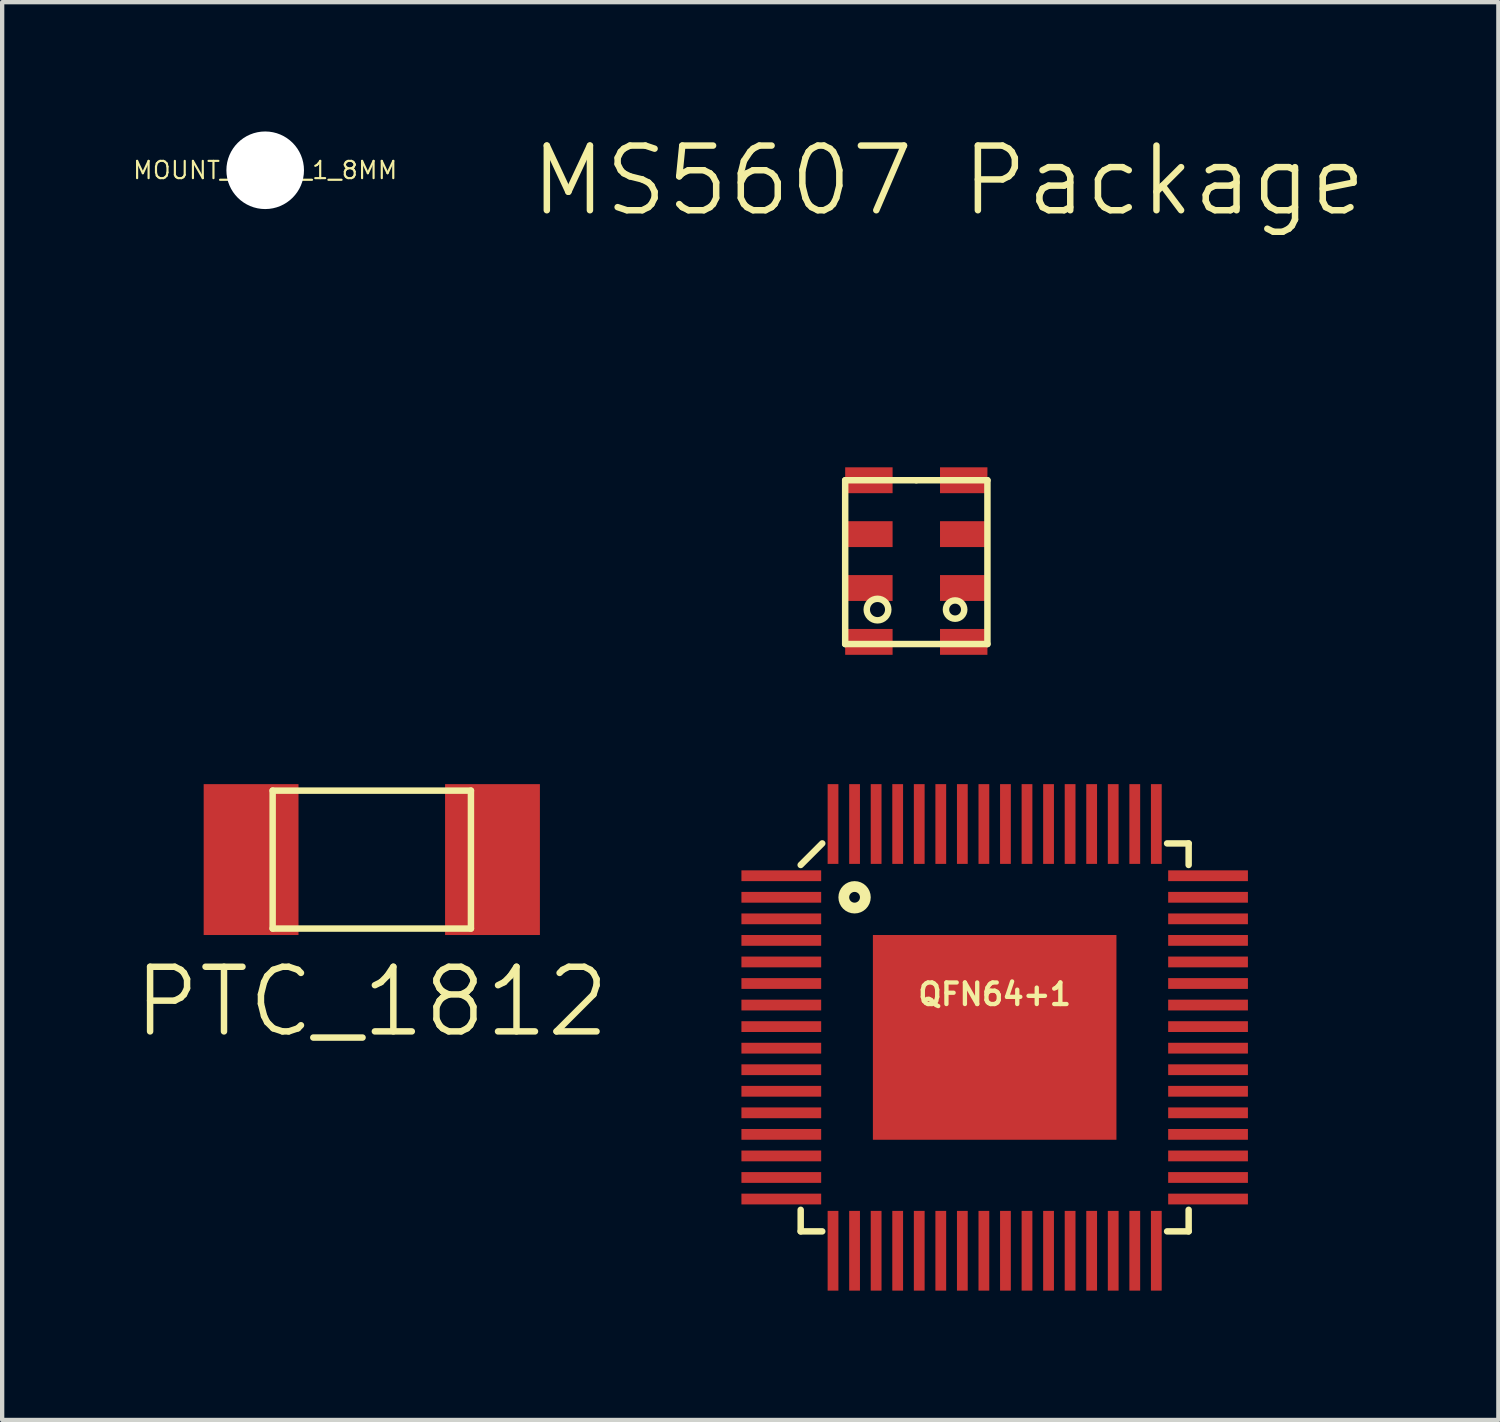
<source format=kicad_pcb>
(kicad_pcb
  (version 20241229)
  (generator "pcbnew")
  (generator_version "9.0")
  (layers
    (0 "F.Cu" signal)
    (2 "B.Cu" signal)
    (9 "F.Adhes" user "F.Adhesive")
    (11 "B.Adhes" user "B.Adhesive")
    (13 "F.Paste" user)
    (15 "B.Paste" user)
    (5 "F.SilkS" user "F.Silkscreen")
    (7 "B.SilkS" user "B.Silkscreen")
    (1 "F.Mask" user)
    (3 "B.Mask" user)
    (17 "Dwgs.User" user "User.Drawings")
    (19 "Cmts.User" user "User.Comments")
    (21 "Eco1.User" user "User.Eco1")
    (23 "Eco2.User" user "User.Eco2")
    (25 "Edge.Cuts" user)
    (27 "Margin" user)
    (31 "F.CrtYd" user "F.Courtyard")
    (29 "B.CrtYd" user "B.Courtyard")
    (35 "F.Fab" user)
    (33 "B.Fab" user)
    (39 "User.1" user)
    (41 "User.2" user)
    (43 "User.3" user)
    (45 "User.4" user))
  (footprint "QFN64+1"
    (layer "F.Cu")
    (at 20.025 21.016)
    (property "Reference" "QFN64+1" (at 0 -1 0) (layer "F.SilkS") (effects (font (size 0.5 0.5) (thickness 0.1))))
    (attr smd)
    (fp_line (start -4.5 -4) (end -4 -4.5) (stroke (width 0.15) (type solid)) (layer "F.SilkS"))
    (fp_line (start -4.5 4) (end -4.5 4.5) (stroke (width 0.15) (type solid)) (layer "F.SilkS"))
    (fp_line (start -4.5 4.5) (end -4 4.5) (stroke (width 0.15) (type solid)) (layer "F.SilkS"))
    (fp_line (start 4 -4.5) (end 4.5 -4.5) (stroke (width 0.15) (type solid)) (layer "F.SilkS"))
    (fp_line (start 4 4.5) (end 4.5 4.5) (stroke (width 0.15) (type solid)) (layer "F.SilkS"))
    (fp_line (start 4.5 -4.5) (end 4.5 -4) (stroke (width 0.15) (type solid)) (layer "F.SilkS"))
    (fp_line (start 4.5 4.5) (end 4.5 4) (stroke (width 0.15) (type solid)) (layer "F.SilkS"))
    (fp_circle (center -3.25 -3.25) (end -3.25 -3) (stroke (width 0.25) (type solid)) (fill no) (layer "F.SilkS"))
    (pad "1" smd rect (at -4.95 -3.75 90) (size 0.25 1.85) (layers "F.Cu" "F.Mask" "F.Paste"))
    (pad "2" smd rect (at -4.95 -3.25 90) (size 0.25 1.85) (layers "F.Cu" "F.Mask" "F.Paste"))
    (pad "3" smd rect (at -4.95 -2.75 90) (size 0.25 1.85) (layers "F.Cu" "F.Mask" "F.Paste"))
    (pad "4" smd rect (at -4.95 -2.25 90) (size 0.25 1.85) (layers "F.Cu" "F.Mask" "F.Paste"))
    (pad "5" smd rect (at -4.95 -1.75 90) (size 0.25 1.85) (layers "F.Cu" "F.Mask" "F.Paste"))
    (pad "6" smd rect (at -4.95 -1.25 90) (size 0.25 1.85) (layers "F.Cu" "F.Mask" "F.Paste"))
    (pad "7" smd rect (at -4.95 -0.75 90) (size 0.25 1.85) (layers "F.Cu" "F.Mask" "F.Paste"))
    (pad "8" smd rect (at -4.95 -0.25 90) (size 0.25 1.85) (layers "F.Cu" "F.Mask" "F.Paste"))
    (pad "9" smd rect (at -4.95 0.25 90) (size 0.25 1.85) (layers "F.Cu" "F.Mask" "F.Paste"))
    (pad "10" smd rect (at -4.95 0.75 90) (size 0.25 1.85) (layers "F.Cu" "F.Mask" "F.Paste"))
    (pad "11" smd rect (at -4.95 1.25 90) (size 0.25 1.85) (layers "F.Cu" "F.Mask" "F.Paste"))
    (pad "12" smd rect (at -4.95 1.75 90) (size 0.25 1.85) (layers "F.Cu" "F.Mask" "F.Paste"))
    (pad "13" smd rect (at -4.95 2.25 90) (size 0.25 1.85) (layers "F.Cu" "F.Mask" "F.Paste"))
    (pad "14" smd rect (at -4.95 2.75 90) (size 0.25 1.85) (layers "F.Cu" "F.Mask" "F.Paste"))
    (pad "15" smd rect (at -4.95 3.25 90) (size 0.25 1.85) (layers "F.Cu" "F.Mask" "F.Paste"))
    (pad "16" smd rect (at -4.95 3.75 90) (size 0.25 1.85) (layers "F.Cu" "F.Mask" "F.Paste"))
    (pad "17" smd rect (at -3.75 4.95) (size 0.25 1.85) (layers "F.Cu" "F.Mask" "F.Paste"))
    (pad "18" smd rect (at -3.25 4.95) (size 0.25 1.85) (layers "F.Cu" "F.Mask" "F.Paste"))
    (pad "19" smd rect (at -2.75 4.95) (size 0.25 1.85) (layers "F.Cu" "F.Mask" "F.Paste"))
    (pad "20" smd rect (at -2.25 4.95) (size 0.25 1.85) (layers "F.Cu" "F.Mask" "F.Paste"))
    (pad "21" smd rect (at -1.75 4.95) (size 0.25 1.85) (layers "F.Cu" "F.Mask" "F.Paste"))
    (pad "22" smd rect (at -1.25 4.95) (size 0.25 1.85) (layers "F.Cu" "F.Mask" "F.Paste"))
    (pad "23" smd rect (at -0.75 4.95) (size 0.25 1.85) (layers "F.Cu" "F.Mask" "F.Paste"))
    (pad "24" smd rect (at -0.25 4.95) (size 0.25 1.85) (layers "F.Cu" "F.Mask" "F.Paste"))
    (pad "25" smd rect (at 0.25 4.95) (size 0.25 1.85) (layers "F.Cu" "F.Mask" "F.Paste"))
    (pad "26" smd rect (at 0.75 4.95) (size 0.25 1.85) (layers "F.Cu" "F.Mask" "F.Paste"))
    (pad "27" smd rect (at 1.25 4.95) (size 0.25 1.85) (layers "F.Cu" "F.Mask" "F.Paste"))
    (pad "28" smd rect (at 1.75 4.95) (size 0.25 1.85) (layers "F.Cu" "F.Mask" "F.Paste"))
    (pad "29" smd rect (at 2.25 4.95) (size 0.25 1.85) (layers "F.Cu" "F.Mask" "F.Paste"))
    (pad "30" smd rect (at 2.75 4.95) (size 0.25 1.85) (layers "F.Cu" "F.Mask" "F.Paste"))
    (pad "31" smd rect (at 3.25 4.95) (size 0.25 1.85) (layers "F.Cu" "F.Mask" "F.Paste"))
    (pad "32" smd rect (at 3.75 4.95) (size 0.25 1.85) (layers "F.Cu" "F.Mask" "F.Paste"))
    (pad "33" smd rect (at 4.95 3.75 90) (size 0.25 1.85) (layers "F.Cu" "F.Mask" "F.Paste"))
    (pad "34" smd rect (at 4.95 3.25 90) (size 0.25 1.85) (layers "F.Cu" "F.Mask" "F.Paste"))
    (pad "35" smd rect (at 4.95 2.75 90) (size 0.25 1.85) (layers "F.Cu" "F.Mask" "F.Paste"))
    (pad "36" smd rect (at 4.95 2.25 90) (size 0.25 1.85) (layers "F.Cu" "F.Mask" "F.Paste"))
    (pad "37" smd rect (at 4.95 1.75 90) (size 0.25 1.85) (layers "F.Cu" "F.Mask" "F.Paste"))
    (pad "38" smd rect (at 4.95 1.25 90) (size 0.25 1.85) (layers "F.Cu" "F.Mask" "F.Paste"))
    (pad "39" smd rect (at 4.95 0.75 90) (size 0.25 1.85) (layers "F.Cu" "F.Mask" "F.Paste"))
    (pad "40" smd rect (at 4.95 0.25 90) (size 0.25 1.85) (layers "F.Cu" "F.Mask" "F.Paste"))
    (pad "41" smd rect (at 4.95 -0.25 90) (size 0.25 1.85) (layers "F.Cu" "F.Mask" "F.Paste"))
    (pad "42" smd rect (at 4.95 -0.75 90) (size 0.25 1.85) (layers "F.Cu" "F.Mask" "F.Paste"))
    (pad "43" smd rect (at 4.95 -1.25 90) (size 0.25 1.85) (layers "F.Cu" "F.Mask" "F.Paste"))
    (pad "44" smd rect (at 4.95 -1.75 90) (size 0.25 1.85) (layers "F.Cu" "F.Mask" "F.Paste"))
    (pad "45" smd rect (at 4.95 -2.25 90) (size 0.25 1.85) (layers "F.Cu" "F.Mask" "F.Paste"))
    (pad "46" smd rect (at 4.95 -2.75 90) (size 0.25 1.85) (layers "F.Cu" "F.Mask" "F.Paste"))
    (pad "47" smd rect (at 4.95 -3.25 90) (size 0.25 1.85) (layers "F.Cu" "F.Mask" "F.Paste"))
    (pad "48" smd rect (at 4.95 -3.75 90) (size 0.25 1.85) (layers "F.Cu" "F.Mask" "F.Paste"))
    (pad "49" smd rect (at 3.75 -4.95) (size 0.25 1.85) (layers "F.Cu" "F.Mask" "F.Paste"))
    (pad "50" smd rect (at 3.25 -4.95) (size 0.25 1.85) (layers "F.Cu" "F.Mask" "F.Paste"))
    (pad "51" smd rect (at 2.75 -4.95) (size 0.25 1.85) (layers "F.Cu" "F.Mask" "F.Paste"))
    (pad "52" smd rect (at 2.25 -4.95) (size 0.25 1.85) (layers "F.Cu" "F.Mask" "F.Paste"))
    (pad "53" smd rect (at 1.75 -4.95) (size 0.25 1.85) (layers "F.Cu" "F.Mask" "F.Paste"))
    (pad "54" smd rect (at 1.25 -4.95) (size 0.25 1.85) (layers "F.Cu" "F.Mask" "F.Paste"))
    (pad "55" smd rect (at 0.75 -4.95) (size 0.25 1.85) (layers "F.Cu" "F.Mask" "F.Paste"))
    (pad "56" smd rect (at 0.25 -4.95) (size 0.25 1.85) (layers "F.Cu" "F.Mask" "F.Paste"))
    (pad "57" smd rect (at -0.25 -4.95) (size 0.25 1.85) (layers "F.Cu" "F.Mask" "F.Paste"))
    (pad "58" smd rect (at -0.75 -4.95) (size 0.25 1.85) (layers "F.Cu" "F.Mask" "F.Paste"))
    (pad "59" smd rect (at -1.25 -4.95) (size 0.25 1.85) (layers "F.Cu" "F.Mask" "F.Paste"))
    (pad "60" smd rect (at -1.75 -4.95) (size 0.25 1.85) (layers "F.Cu" "F.Mask" "F.Paste"))
    (pad "61" smd rect (at -2.25 -4.95) (size 0.25 1.85) (layers "F.Cu" "F.Mask" "F.Paste"))
    (pad "62" smd rect (at -2.75 -4.95) (size 0.25 1.85) (layers "F.Cu" "F.Mask" "F.Paste"))
    (pad "63" smd rect (at -3.25 -4.95) (size 0.25 1.85) (layers "F.Cu" "F.Mask" "F.Paste"))
    (pad "64" smd rect (at -3.75 -4.95) (size 0.25 1.85) (layers "F.Cu" "F.Mask" "F.Paste"))
    (pad "PAD" smd rect (at 0 0) (size 5.65 4.75) (layers "F.Cu" "F.Mask" "F.Paste")))
  (footprint "MOUNT_HOLE_1_8MM"
    (layer "F.Cu")
    (at 3.102 0.9)
    (property "Reference" "MOUNT_HOLE_1_8MM" (at 0 0 0) (layer "F.SilkS") (effects (font (size 0.4 0.4) (thickness 0.05))))
    (attr through_hole)
    (pad "" np_thru_hole circle (at 0 0) (size 1.8 1.8) (drill 1.8) (layers "*.Cu" "*.Mask")))
  (footprint "PTC_1812"
    (layer "F.Cu")
    (at 5.575 16.891)
    (property "Reference" "PTC_1812" (at 0 3.3 0) (layer "F.SilkS") (effects (font (size 1.5 1.5) (thickness 0.15))))
    (attr smd)
    (fp_line (start -2.3 -1.6) (end 2.3 -1.6) (stroke (width 0.15) (type solid)) (layer "F.SilkS"))
    (fp_line (start -2.3 1.6) (end -2.3 -1.6) (stroke (width 0.15) (type solid)) (layer "F.SilkS"))
    (fp_line (start 2.3 -1.6) (end 2.3 1.6) (stroke (width 0.15) (type solid)) (layer "F.SilkS"))
    (fp_line (start 2.3 1.6) (end -2.3 1.6) (stroke (width 0.15) (type solid)) (layer "F.SilkS"))
    (pad "1" smd rect (at -2.8 0) (size 2.2 3.5) (layers "F.Cu" "F.Mask" "F.Paste"))
    (pad "2" smd rect (at 2.8 0) (size 2.2 3.5) (layers "F.Cu" "F.Mask" "F.Paste")))
  (footprint "MS5607 Package"
    (layer "F.Cu")
    (at 18.207 9.991)
    (property "Reference" "MS5607 Package" (at 0.75 -8.85 0) (layer "F.SilkS") (effects (font (size 1.5 1.5) (thickness 0.15))))
    (attr through_hole)
    (fp_line (start -1.65 -1.9) (end 0 -1.9) (stroke (width 0.15) (type solid)) (layer "F.SilkS"))
    (fp_line (start -1.65 1.9) (end -1.65 -1.9) (stroke (width 0.15) (type solid)) (layer "F.SilkS"))
    (fp_line (start 0 -1.9) (end 1.65 -1.9) (stroke (width 0.15) (type solid)) (layer "F.SilkS"))
    (fp_line (start 1.65 -1.9) (end 1.65 1.9) (stroke (width 0.15) (type solid)) (layer "F.SilkS"))
    (fp_line (start 1.65 1.9) (end -1.65 1.9) (stroke (width 0.15) (type solid)) (layer "F.SilkS"))
    (fp_circle (center -0.9 1.1) (end -0.75 1.3) (stroke (width 0.15) (type solid)) (fill no) (layer "F.SilkS"))
    (fp_circle (center 0.9 1.1) (end 1.05 1.25) (stroke (width 0.15) (type solid)) (fill no) (layer "F.SilkS"))
    (pad "1" smd rect (at -1.1 -1.9) (size 1.1 0.6) (layers "F.Cu" "F.Mask" "F.Paste"))
    (pad "2" smd rect (at -1.1 -0.65) (size 1.1 0.6) (layers "F.Cu" "F.Mask" "F.Paste"))
    (pad "3" smd rect (at -1.1 0.6) (size 1.1 0.6) (layers "F.Cu" "F.Mask" "F.Paste"))
    (pad "4" smd rect (at -1.1 1.85) (size 1.1 0.6) (layers "F.Cu" "F.Mask" "F.Paste"))
    (pad "5" smd rect (at 1.1 1.85) (size 1.1 0.6) (layers "F.Cu" "F.Mask" "F.Paste"))
    (pad "6" smd rect (at 1.1 0.6) (size 1.1 0.6) (layers "F.Cu" "F.Mask" "F.Paste"))
    (pad "7" smd rect (at 1.1 -0.65) (size 1.1 0.6) (layers "F.Cu" "F.Mask" "F.Paste"))
    (pad "8" smd rect (at 1.1 -1.9) (size 1.1 0.6) (layers "F.Cu" "F.Mask" "F.Paste")))
  (gr_rect
    (start -3 -3)
    (end 31.71 29.891)
    (stroke (width 0.1) (type default))
    (fill no)
    (layer "Edge.Cuts")))
</source>
